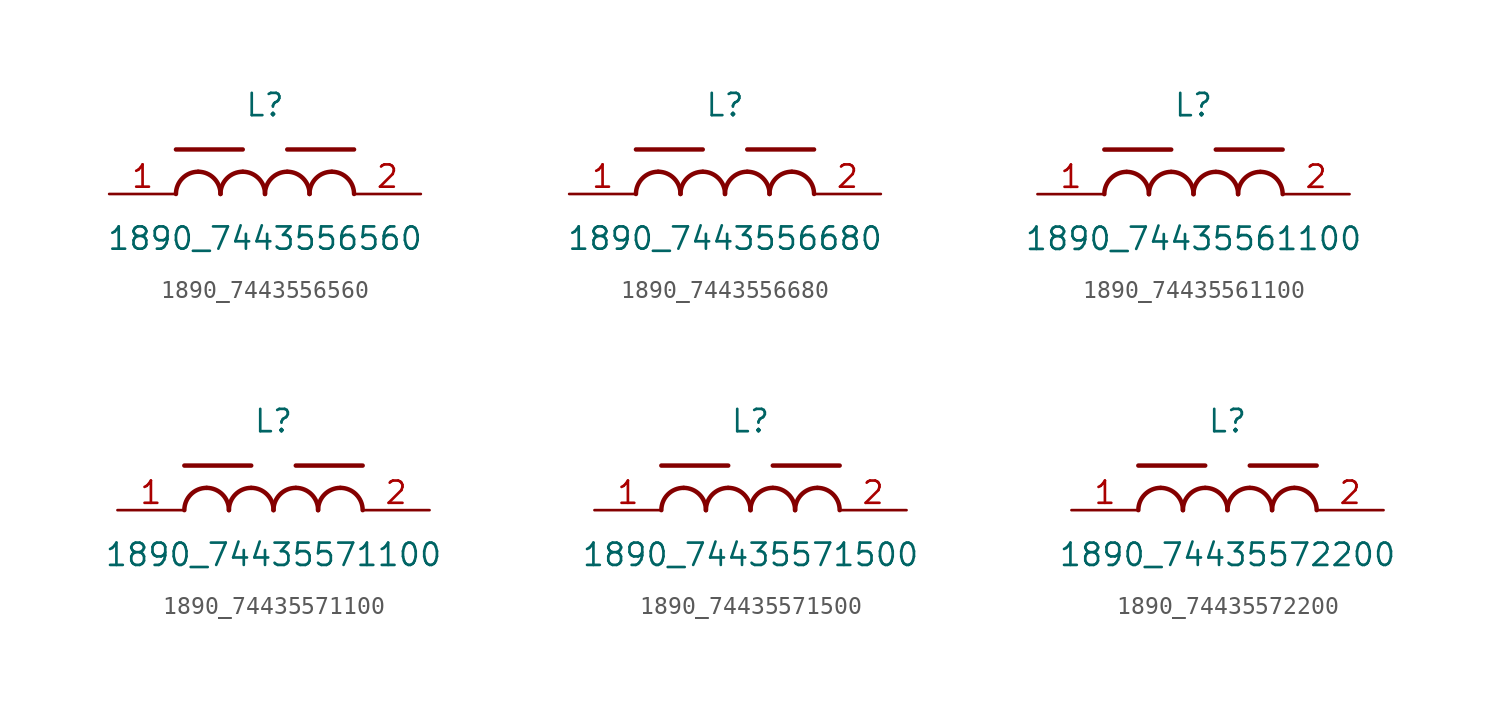
<source format=kicad_sym>
(kicad_symbol_lib
  (version 20211014)
  (generator kicad_symbol_editor)
  (symbol "Inductor_Wurth_WE-HCI:1890_7443556560"
    (pin_names hide)
    (property "Reference" "L"
      (at 0 5.08 0)
      (effects (font (size 1.27 1.27))))
    (property "Value" "1890_7443556560"
      (at 0 -2.54 0)
      (effects (font (size 1.27 1.27))))
    (symbol "1890_7443556560_0_1"
      (arc (start -3.81 1.27) (mid -4.708 0.898) (end -5.08 0) (stroke (width 0.254) (type default) (color 0 0 0 0)) (fill (type none)))
      (arc (start -2.54 0) (mid -2.912 0.898) (end -3.81 1.27) (stroke (width 0.254) (type default) (color 0 0 0 0)) (fill (type none)))
      (arc (start -1.2699 1.2701) (mid -2.1679 0.8981) (end -2.5399 0.0001) (stroke (width 0.254) (type default) (color 0 0 0 0)) (fill (type none)))
      (polyline (pts (xy -5.08 2.54) (xy -1.27 2.54)) (stroke (width 0.254) (type default) (color 0 0 0 0)) (fill (type none)))
      (polyline (pts (xy 5.08 2.54) (xy 1.27 2.54)) (stroke (width 0.254) (type default) (color 0 0 0 0)) (fill (type none)))
      (arc (start 0.0001 0.0001) (mid -0.3719 0.8981) (end -1.2699 1.2701) (stroke (width 0.254) (type default) (color 0 0 0 0)) (fill (type none)))
      (arc (start 1.2701 1.2701) (mid 0.3721 0.8981) (end 0.0001 0.0001) (stroke (width 0.254) (type default) (color 0 0 0 0)) (fill (type none)))
      (arc (start 2.5401 0.0001) (mid 2.1681 0.8981) (end 1.2701 1.2701) (stroke (width 0.254) (type default) (color 0 0 0 0)) (fill (type none)))
      (arc (start 3.8101 1.2701) (mid 2.9121 0.8981) (end 2.5401 0.0001) (stroke (width 0.254) (type default) (color 0 0 0 0)) (fill (type none)))
      (arc (start 5.0801 0.0001) (mid 4.7081 0.8981) (end 3.8101 1.2701) (stroke (width 0.254) (type default) (color 0 0 0 0)) (fill (type none))))
    (symbol "1890_7443556560_1_1"
      (pin passive line (at -8.89 0 0) (length 3.81) (name "1" (effects (font (size 1.27 1.27)))) (number "1" (effects (font (size 1.27 1.27)))))
      (pin passive line (at 8.89 0 180) (length 3.81) (name "2" (effects (font (size 1.27 1.27)))) (number "2" (effects (font (size 1.27 1.27)))))))
  (symbol "Inductor_Wurth_WE-HCI:1890_7443556680"
    (pin_names hide)
    (property "Reference" "L"
      (at 0 5.08 0)
      (effects (font (size 1.27 1.27))))
    (property "Value" "1890_7443556680"
      (at 0 -2.54 0)
      (effects (font (size 1.27 1.27))))
    (symbol "1890_7443556680_0_1"
      (arc (start -3.81 1.27) (mid -4.708 0.898) (end -5.08 0) (stroke (width 0.254) (type default) (color 0 0 0 0)) (fill (type none)))
      (arc (start -2.54 0) (mid -2.912 0.898) (end -3.81 1.27) (stroke (width 0.254) (type default) (color 0 0 0 0)) (fill (type none)))
      (arc (start -1.2699 1.2701) (mid -2.1679 0.8981) (end -2.5399 0.0001) (stroke (width 0.254) (type default) (color 0 0 0 0)) (fill (type none)))
      (polyline (pts (xy -5.08 2.54) (xy -1.27 2.54)) (stroke (width 0.254) (type default) (color 0 0 0 0)) (fill (type none)))
      (polyline (pts (xy 5.08 2.54) (xy 1.27 2.54)) (stroke (width 0.254) (type default) (color 0 0 0 0)) (fill (type none)))
      (arc (start 0.0001 0.0001) (mid -0.3719 0.8981) (end -1.2699 1.2701) (stroke (width 0.254) (type default) (color 0 0 0 0)) (fill (type none)))
      (arc (start 1.2701 1.2701) (mid 0.3721 0.8981) (end 0.0001 0.0001) (stroke (width 0.254) (type default) (color 0 0 0 0)) (fill (type none)))
      (arc (start 2.5401 0.0001) (mid 2.1681 0.8981) (end 1.2701 1.2701) (stroke (width 0.254) (type default) (color 0 0 0 0)) (fill (type none)))
      (arc (start 3.8101 1.2701) (mid 2.9121 0.8981) (end 2.5401 0.0001) (stroke (width 0.254) (type default) (color 0 0 0 0)) (fill (type none)))
      (arc (start 5.0801 0.0001) (mid 4.7081 0.8981) (end 3.8101 1.2701) (stroke (width 0.254) (type default) (color 0 0 0 0)) (fill (type none))))
    (symbol "1890_7443556680_1_1"
      (pin passive line (at -8.89 0 0) (length 3.81) (name "1" (effects (font (size 1.27 1.27)))) (number "1" (effects (font (size 1.27 1.27)))))
      (pin passive line (at 8.89 0 180) (length 3.81) (name "2" (effects (font (size 1.27 1.27)))) (number "2" (effects (font (size 1.27 1.27)))))))
  (symbol "Inductor_Wurth_WE-HCI:1890_74435561100"
    (pin_names hide)
    (property "Reference" "L"
      (at 0 5.08 0)
      (effects (font (size 1.27 1.27))))
    (property "Value" "1890_74435561100"
      (at 0 -2.54 0)
      (effects (font (size 1.27 1.27))))
    (symbol "1890_74435561100_0_1"
      (arc (start -3.81 1.27) (mid -4.708 0.898) (end -5.08 0) (stroke (width 0.254) (type default) (color 0 0 0 0)) (fill (type none)))
      (arc (start -2.54 0) (mid -2.912 0.898) (end -3.81 1.27) (stroke (width 0.254) (type default) (color 0 0 0 0)) (fill (type none)))
      (arc (start -1.2699 1.2701) (mid -2.1679 0.8981) (end -2.5399 0.0001) (stroke (width 0.254) (type default) (color 0 0 0 0)) (fill (type none)))
      (polyline (pts (xy -5.08 2.54) (xy -1.27 2.54)) (stroke (width 0.254) (type default) (color 0 0 0 0)) (fill (type none)))
      (polyline (pts (xy 5.08 2.54) (xy 1.27 2.54)) (stroke (width 0.254) (type default) (color 0 0 0 0)) (fill (type none)))
      (arc (start 0.0001 0.0001) (mid -0.3719 0.8981) (end -1.2699 1.2701) (stroke (width 0.254) (type default) (color 0 0 0 0)) (fill (type none)))
      (arc (start 1.2701 1.2701) (mid 0.3721 0.8981) (end 0.0001 0.0001) (stroke (width 0.254) (type default) (color 0 0 0 0)) (fill (type none)))
      (arc (start 2.5401 0.0001) (mid 2.1681 0.8981) (end 1.2701 1.2701) (stroke (width 0.254) (type default) (color 0 0 0 0)) (fill (type none)))
      (arc (start 3.8101 1.2701) (mid 2.9121 0.8981) (end 2.5401 0.0001) (stroke (width 0.254) (type default) (color 0 0 0 0)) (fill (type none)))
      (arc (start 5.0801 0.0001) (mid 4.7081 0.8981) (end 3.8101 1.2701) (stroke (width 0.254) (type default) (color 0 0 0 0)) (fill (type none))))
    (symbol "1890_74435561100_1_1"
      (pin passive line (at -8.89 0 0) (length 3.81) (name "1" (effects (font (size 1.27 1.27)))) (number "1" (effects (font (size 1.27 1.27)))))
      (pin passive line (at 8.89 0 180) (length 3.81) (name "2" (effects (font (size 1.27 1.27)))) (number "2" (effects (font (size 1.27 1.27)))))))
  (symbol "Inductor_Wurth_WE-HCI:1890_74435571100"
    (pin_names hide)
    (property "Reference" "L"
      (at 0 5.08 0)
      (effects (font (size 1.27 1.27))))
    (property "Value" "1890_74435571100"
      (at 0 -2.54 0)
      (effects (font (size 1.27 1.27))))
    (symbol "1890_74435571100_0_1"
      (arc (start -3.81 1.27) (mid -4.708 0.898) (end -5.08 0) (stroke (width 0.254) (type default) (color 0 0 0 0)) (fill (type none)))
      (arc (start -2.54 0) (mid -2.912 0.898) (end -3.81 1.27) (stroke (width 0.254) (type default) (color 0 0 0 0)) (fill (type none)))
      (arc (start -1.2699 1.2701) (mid -2.1679 0.8981) (end -2.5399 0.0001) (stroke (width 0.254) (type default) (color 0 0 0 0)) (fill (type none)))
      (polyline (pts (xy -5.08 2.54) (xy -1.27 2.54)) (stroke (width 0.254) (type default) (color 0 0 0 0)) (fill (type none)))
      (polyline (pts (xy 5.08 2.54) (xy 1.27 2.54)) (stroke (width 0.254) (type default) (color 0 0 0 0)) (fill (type none)))
      (arc (start 0.0001 0.0001) (mid -0.3719 0.8981) (end -1.2699 1.2701) (stroke (width 0.254) (type default) (color 0 0 0 0)) (fill (type none)))
      (arc (start 1.2701 1.2701) (mid 0.3721 0.8981) (end 0.0001 0.0001) (stroke (width 0.254) (type default) (color 0 0 0 0)) (fill (type none)))
      (arc (start 2.5401 0.0001) (mid 2.1681 0.8981) (end 1.2701 1.2701) (stroke (width 0.254) (type default) (color 0 0 0 0)) (fill (type none)))
      (arc (start 3.8101 1.2701) (mid 2.9121 0.8981) (end 2.5401 0.0001) (stroke (width 0.254) (type default) (color 0 0 0 0)) (fill (type none)))
      (arc (start 5.0801 0.0001) (mid 4.7081 0.8981) (end 3.8101 1.2701) (stroke (width 0.254) (type default) (color 0 0 0 0)) (fill (type none))))
    (symbol "1890_74435571100_1_1"
      (pin passive line (at -8.89 0 0) (length 3.81) (name "1" (effects (font (size 1.27 1.27)))) (number "1" (effects (font (size 1.27 1.27)))))
      (pin passive line (at 8.89 0 180) (length 3.81) (name "2" (effects (font (size 1.27 1.27)))) (number "2" (effects (font (size 1.27 1.27)))))))
  (symbol "Inductor_Wurth_WE-HCI:1890_74435571500"
    (pin_names hide)
    (property "Reference" "L"
      (at 0 5.08 0)
      (effects (font (size 1.27 1.27))))
    (property "Value" "1890_74435571500"
      (at 0 -2.54 0)
      (effects (font (size 1.27 1.27))))
    (symbol "1890_74435571500_0_1"
      (arc (start -3.81 1.27) (mid -4.708 0.898) (end -5.08 0) (stroke (width 0.254) (type default) (color 0 0 0 0)) (fill (type none)))
      (arc (start -2.54 0) (mid -2.912 0.898) (end -3.81 1.27) (stroke (width 0.254) (type default) (color 0 0 0 0)) (fill (type none)))
      (arc (start -1.2699 1.2701) (mid -2.1679 0.8981) (end -2.5399 0.0001) (stroke (width 0.254) (type default) (color 0 0 0 0)) (fill (type none)))
      (polyline (pts (xy -5.08 2.54) (xy -1.27 2.54)) (stroke (width 0.254) (type default) (color 0 0 0 0)) (fill (type none)))
      (polyline (pts (xy 5.08 2.54) (xy 1.27 2.54)) (stroke (width 0.254) (type default) (color 0 0 0 0)) (fill (type none)))
      (arc (start 0.0001 0.0001) (mid -0.3719 0.8981) (end -1.2699 1.2701) (stroke (width 0.254) (type default) (color 0 0 0 0)) (fill (type none)))
      (arc (start 1.2701 1.2701) (mid 0.3721 0.8981) (end 0.0001 0.0001) (stroke (width 0.254) (type default) (color 0 0 0 0)) (fill (type none)))
      (arc (start 2.5401 0.0001) (mid 2.1681 0.8981) (end 1.2701 1.2701) (stroke (width 0.254) (type default) (color 0 0 0 0)) (fill (type none)))
      (arc (start 3.8101 1.2701) (mid 2.9121 0.8981) (end 2.5401 0.0001) (stroke (width 0.254) (type default) (color 0 0 0 0)) (fill (type none)))
      (arc (start 5.0801 0.0001) (mid 4.7081 0.8981) (end 3.8101 1.2701) (stroke (width 0.254) (type default) (color 0 0 0 0)) (fill (type none))))
    (symbol "1890_74435571500_1_1"
      (pin passive line (at -8.89 0 0) (length 3.81) (name "1" (effects (font (size 1.27 1.27)))) (number "1" (effects (font (size 1.27 1.27)))))
      (pin passive line (at 8.89 0 180) (length 3.81) (name "2" (effects (font (size 1.27 1.27)))) (number "2" (effects (font (size 1.27 1.27)))))))
  (symbol "Inductor_Wurth_WE-HCI:1890_74435572200"
    (pin_names hide)
    (property "Reference" "L"
      (at 0 5.08 0)
      (effects (font (size 1.27 1.27))))
    (property "Value" "1890_74435572200"
      (at 0 -2.54 0)
      (effects (font (size 1.27 1.27))))
    (symbol "1890_74435572200_0_1"
      (arc (start -3.81 1.27) (mid -4.708 0.898) (end -5.08 0) (stroke (width 0.254) (type default) (color 0 0 0 0)) (fill (type none)))
      (arc (start -2.54 0) (mid -2.912 0.898) (end -3.81 1.27) (stroke (width 0.254) (type default) (color 0 0 0 0)) (fill (type none)))
      (arc (start -1.2699 1.2701) (mid -2.1679 0.8981) (end -2.5399 0.0001) (stroke (width 0.254) (type default) (color 0 0 0 0)) (fill (type none)))
      (polyline (pts (xy -5.08 2.54) (xy -1.27 2.54)) (stroke (width 0.254) (type default) (color 0 0 0 0)) (fill (type none)))
      (polyline (pts (xy 5.08 2.54) (xy 1.27 2.54)) (stroke (width 0.254) (type default) (color 0 0 0 0)) (fill (type none)))
      (arc (start 0.0001 0.0001) (mid -0.3719 0.8981) (end -1.2699 1.2701) (stroke (width 0.254) (type default) (color 0 0 0 0)) (fill (type none)))
      (arc (start 1.2701 1.2701) (mid 0.3721 0.8981) (end 0.0001 0.0001) (stroke (width 0.254) (type default) (color 0 0 0 0)) (fill (type none)))
      (arc (start 2.5401 0.0001) (mid 2.1681 0.8981) (end 1.2701 1.2701) (stroke (width 0.254) (type default) (color 0 0 0 0)) (fill (type none)))
      (arc (start 3.8101 1.2701) (mid 2.9121 0.8981) (end 2.5401 0.0001) (stroke (width 0.254) (type default) (color 0 0 0 0)) (fill (type none)))
      (arc (start 5.0801 0.0001) (mid 4.7081 0.8981) (end 3.8101 1.2701) (stroke (width 0.254) (type default) (color 0 0 0 0)) (fill (type none))))
    (symbol "1890_74435572200_1_1"
      (pin passive line (at -8.89 0 0) (length 3.81) (name "1" (effects (font (size 1.27 1.27)))) (number "1" (effects (font (size 1.27 1.27)))))
      (pin passive line (at 8.89 0 180) (length 3.81) (name "2" (effects (font (size 1.27 1.27)))) (number "2" (effects (font (size 1.27 1.27))))))))
</source>
